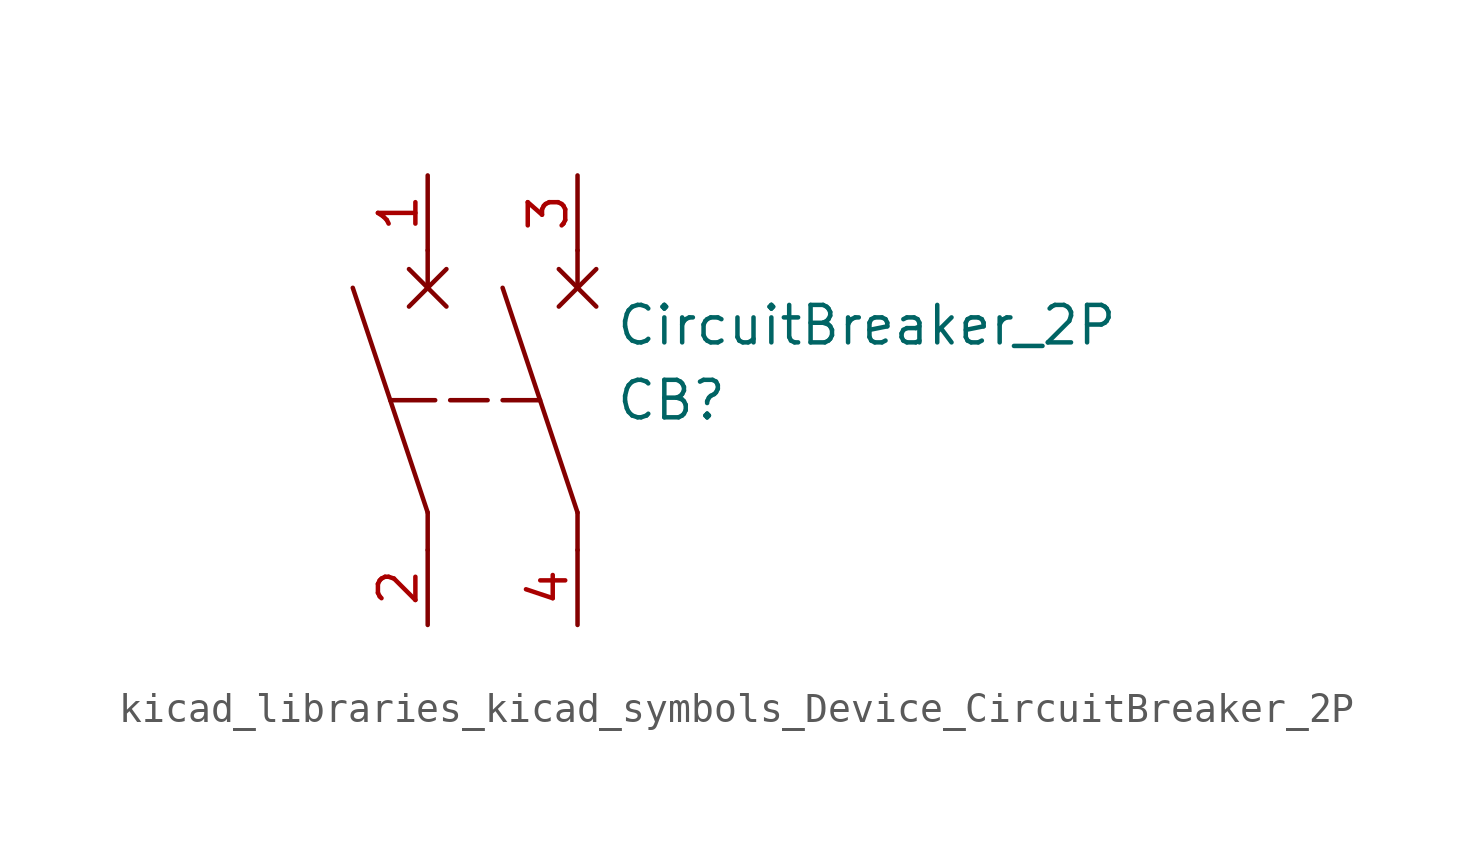
<source format=kicad_sym>
(kicad_symbol_lib
  (version 20220914)
  (generator kicad_symbol_editor)
  (symbol "kicad_libraries_kicad_symbols_Device_CircuitBreaker_2P"
    (property "Reference" "CB"
      (at 3.81 0 0)
      (effects (font (size 1.27 1.27)) (justify left)))
    (property "Value" "CircuitBreaker_2P"
      (at 3.81 2.54 0)
      (effects (font (size 1.27 1.27)) (justify left)))
    (symbol "kicad_libraries_kicad_symbols_Device_CircuitBreaker_2P_0_1"
      (polyline (pts (xy -3.81 0) (xy -2.286 0)) (stroke (width 0) (type default)) (fill (type none)))
      (polyline (pts (xy -2.54 -3.81) (xy -5.08 3.81)) (stroke (width 0) (type default)) (fill (type none)))
      (polyline (pts (xy -1.778 0) (xy -0.508 0)) (stroke (width 0) (type default)) (fill (type none)))
      (polyline (pts (xy 0 0) (xy 1.27 0)) (stroke (width 0) (type default)) (fill (type none)))
      (polyline (pts (xy 2.54 -5.08) (xy 2.54 -3.81)) (stroke (width 0) (type default)) (fill (type none)))
      (polyline (pts (xy 2.54 -3.81) (xy 0 3.81)) (stroke (width 0) (type default)) (fill (type none))))
    (symbol "kicad_libraries_kicad_symbols_Device_CircuitBreaker_2P_1_1"
      (polyline (pts (xy -3.175 4.445) (xy -1.905 3.175)) (stroke (width 0) (type default)) (fill (type none)))
      (polyline (pts (xy -2.54 -3.81) (xy -2.54 -5.08)) (stroke (width 0) (type default)) (fill (type none)))
      (polyline (pts (xy -2.54 5.08) (xy -2.54 3.81)) (stroke (width 0) (type default)) (fill (type none)))
      (polyline (pts (xy -1.905 4.445) (xy -3.175 3.175)) (stroke (width 0) (type default)) (fill (type none)))
      (polyline (pts (xy 1.905 4.445) (xy 3.175 3.175)) (stroke (width 0) (type default)) (fill (type none)))
      (polyline (pts (xy 2.54 5.08) (xy 2.54 3.81)) (stroke (width 0) (type default)) (fill (type none)))
      (polyline (pts (xy 3.175 4.445) (xy 1.905 3.175)) (stroke (width 0) (type default)) (fill (type none)))
      (pin passive line (at -2.54 7.62 270) (length 2.54) (name "~" (effects (font (size 1.27 1.27)))) (number "1" (effects (font (size 1.27 1.27)))))
      (pin passive line (at -2.54 -7.62 90) (length 2.54) (name "~" (effects (font (size 1.27 1.27)))) (number "2" (effects (font (size 1.27 1.27)))))
      (pin passive line (at 2.54 7.62 270) (length 2.54) (name "~" (effects (font (size 1.27 1.27)))) (number "3" (effects (font (size 1.27 1.27)))))
      (pin passive line (at 2.54 -7.62 90) (length 2.54) (name "~" (effects (font (size 1.27 1.27)))) (number "4" (effects (font (size 1.27 1.27))))))))
</source>
